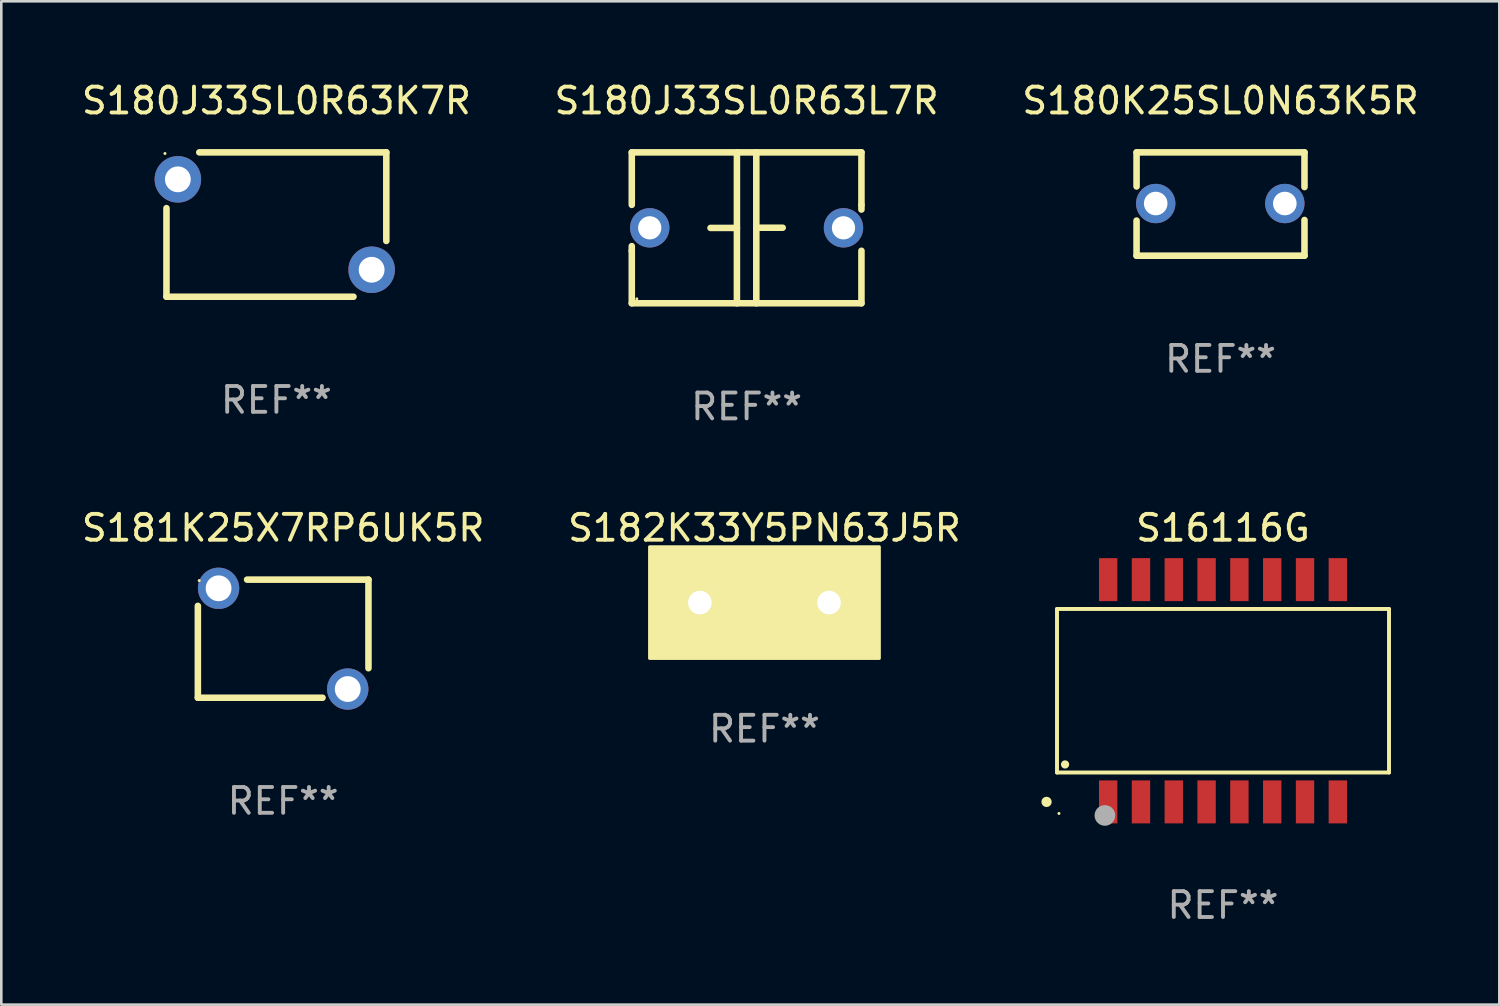
<source format=kicad_pcb>
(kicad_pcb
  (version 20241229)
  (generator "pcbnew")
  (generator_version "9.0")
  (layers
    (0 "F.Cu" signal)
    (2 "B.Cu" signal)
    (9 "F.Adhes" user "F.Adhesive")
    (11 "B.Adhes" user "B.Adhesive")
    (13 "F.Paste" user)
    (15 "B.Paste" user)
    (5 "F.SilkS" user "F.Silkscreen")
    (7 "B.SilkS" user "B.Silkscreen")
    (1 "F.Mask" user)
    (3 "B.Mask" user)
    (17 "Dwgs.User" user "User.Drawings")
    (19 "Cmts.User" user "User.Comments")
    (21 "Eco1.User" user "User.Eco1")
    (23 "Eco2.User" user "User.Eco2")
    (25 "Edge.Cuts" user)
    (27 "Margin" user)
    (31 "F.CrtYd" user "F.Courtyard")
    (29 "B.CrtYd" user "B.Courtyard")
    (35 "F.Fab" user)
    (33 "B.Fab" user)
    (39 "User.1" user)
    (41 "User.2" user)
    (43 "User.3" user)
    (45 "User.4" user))
  (footprint "S180J33SL0R63K7R"
    (layer "F.Cu")
    (at 7.649 5.642)
    (property "Reference" "S180J33SL0R63K7R" (at 0 -4.794 0) (layer "F.SilkS") (effects (font (size 1 1) (thickness 0.15))))
    (attr through_hole)
    (fp_line (start -4.255 2.794) (end -4.255 -0.635) (stroke (width 0.254) (type solid)) (layer "F.SilkS"))
    (fp_line (start -4.255 2.794) (end 2.985 2.794) (stroke (width 0.254) (type solid)) (layer "F.SilkS"))
    (fp_line (start -2.985 -2.794) (end 4.255 -2.794) (stroke (width 0.254) (type solid)) (layer "F.SilkS"))
    (fp_line (start 4.255 -2.794) (end 4.255 0.635) (stroke (width 0.254) (type solid)) (layer "F.SilkS"))
    (fp_circle (center -4.313 -2.75) (end -4.283 -2.75) (stroke (width 0.06) (type solid)) (fill no) (layer "F.SilkS"))
    (fp_text user "REF**" (at 0 6.794 0) (layer "F.Fab") (effects (font (size 1 1) (thickness 0.15))))
    (pad "1" thru_hole circle (at -3.814 -1.75) (size 1.8 1.8) (drill 1) (layers "*.Cu" "*.Mask"))
    (pad "2" thru_hole circle (at 3.687 1.75) (size 1.8 1.8) (drill 1) (layers "*.Cu" "*.Mask")))
  (footprint "S181K25X7RP6UK5R"
    (layer "F.Cu")
    (at 7.911 21.673)
    (property "Reference" "S181K25X7RP6UK5R" (at 0 -4.286 0) (layer "F.SilkS") (effects (font (size 1 1) (thickness 0.15))))
    (attr through_hole)
    (fp_line (start -3.302 2.286) (end -3.302 -1.27) (stroke (width 0.254) (type solid)) (layer "F.SilkS"))
    (fp_line (start -3.302 2.286) (end 1.524 2.286) (stroke (width 0.254) (type solid)) (layer "F.SilkS"))
    (fp_line (start -1.397 -2.286) (end 3.302 -2.286) (stroke (width 0.254) (type solid)) (layer "F.SilkS"))
    (fp_line (start 3.302 -2.286) (end 3.302 1.143) (stroke (width 0.254) (type solid)) (layer "F.SilkS"))
    (fp_circle (center -3.25 -2.25) (end -3.22 -2.25) (stroke (width 0.06) (type solid)) (fill no) (layer "F.SilkS"))
    (fp_text user "REF**" (at 0 6.286 0) (layer "F.Fab") (effects (font (size 1 1) (thickness 0.15))))
    (pad "1" thru_hole circle (at -2.5 -1.95) (size 1.6 1.6) (drill 1) (layers "*.Cu" "*.Mask"))
    (pad "2" thru_hole circle (at 2.5 1.95) (size 1.6 1.6) (drill 1) (layers "*.Cu" "*.Mask")))
  (footprint "S182K33Y5PN63J5R"
    (layer "F.Cu")
    (at 26.542 20.276)
    (property "Reference" "S182K33Y5PN63J5R" (at 0 -2.889 0) (layer "F.SilkS") (effects (font (size 1 1) (thickness 0.15))))
    (attr through_hole)
    (fp_line (start -0.508 0) (end -1.27 0) (stroke (width 0.254) (type solid)) (layer "F.SilkS"))
    (fp_line (start -0.508 0.889) (end -0.508 -0.889) (stroke (width 0.254) (type solid)) (layer "F.SilkS"))
    (fp_line (start 0.508 -0.889) (end 0.508 0.889) (stroke (width 0.254) (type solid)) (layer "F.SilkS"))
    (fp_line (start 0.508 0) (end 1.27 0) (stroke (width 0.254) (type solid)) (layer "F.SilkS"))
    (fp_circle (center -4.25 2) (end -4.22 2) (stroke (width 0.06) (type solid)) (fill no) (layer "F.SilkS"))
    (fp_poly (pts (xy -4.445 -2.159) (xy 4.445 -2.159) (xy 4.445 2.159) (xy -4.445 2.159)) (stroke (width 0.12) (type solid)) (fill yes) (layer "F.SilkS"))
    (fp_text user "REF**" (at 0 4.889 0) (layer "F.Fab") (effects (font (size 1 1) (thickness 0.15))))
    (pad "1" thru_hole circle (at -2.5 0) (size 1.524 1.524) (drill 0.914) (layers "*.Cu" "*.Mask"))
    (pad "2" thru_hole circle (at 2.5 0) (size 1.524 1.524) (drill 0.914) (layers "*.Cu" "*.Mask")))
  (footprint "S16116G"
    (layer "F.Cu")
    (at 44.292 23.689)
    (property "Reference" "S16116G" (at 0 -6.302 0) (layer "F.SilkS") (effects (font (size 1 1) (thickness 0.15))))
    (attr through_hole)
    (fp_line (start -6.426 -3.165) (end 6.426 -3.165) (stroke (width 0.152) (type solid)) (layer "F.SilkS"))
    (fp_line (start -6.426 3.165) (end -6.426 -3.165) (stroke (width 0.152) (type solid)) (layer "F.SilkS"))
    (fp_line (start 6.426 -3.165) (end 6.426 3.165) (stroke (width 0.152) (type solid)) (layer "F.SilkS"))
    (fp_line (start 6.426 3.165) (end -6.426 3.165) (stroke (width 0.152) (type solid)) (layer "F.SilkS"))
    (fp_circle (center -6.83 4.302) (end -6.73 4.302) (stroke (width 0.2) (type solid)) (fill no) (layer "F.SilkS"))
    (fp_circle (center -6.35 4.75) (end -6.32 4.75) (stroke (width 0.06) (type solid)) (fill no) (layer "F.SilkS"))
    (fp_circle (center -6.114 2.853) (end -6.034 2.853) (stroke (width 0.16) (type solid)) (fill no) (layer "F.SilkS"))
    (fp_circle (center -4.572 4.826) (end -4.372 4.826) (stroke (width 0.4) (type solid)) (fill no) (layer "F.Fab"))
    (fp_text user "REF**" (at 0 8.302 0) (layer "F.Fab") (effects (font (size 1 1) (thickness 0.15))))
    (pad "1" smd rect (at -4.445 4.302) (size 0.711 1.664) (layers "F.Cu" "F.Mask" "F.Paste"))
    (pad "2" smd rect (at -3.175 4.302) (size 0.711 1.664) (layers "F.Cu" "F.Mask" "F.Paste"))
    (pad "3" smd rect (at -1.905 4.302) (size 0.711 1.664) (layers "F.Cu" "F.Mask" "F.Paste"))
    (pad "4" smd rect (at -0.635 4.302) (size 0.711 1.664) (layers "F.Cu" "F.Mask" "F.Paste"))
    (pad "5" smd rect (at 0.635 4.302) (size 0.711 1.664) (layers "F.Cu" "F.Mask" "F.Paste"))
    (pad "6" smd rect (at 1.905 4.302) (size 0.711 1.664) (layers "F.Cu" "F.Mask" "F.Paste"))
    (pad "7" smd rect (at 3.175 4.302) (size 0.711 1.664) (layers "F.Cu" "F.Mask" "F.Paste"))
    (pad "8" smd rect (at 4.445 4.302) (size 0.711 1.664) (layers "F.Cu" "F.Mask" "F.Paste"))
    (pad "9" smd rect (at 4.445 -4.302) (size 0.711 1.664) (layers "F.Cu" "F.Mask" "F.Paste"))
    (pad "10" smd rect (at 3.175 -4.302) (size 0.711 1.664) (layers "F.Cu" "F.Mask" "F.Paste"))
    (pad "11" smd rect (at 1.905 -4.302) (size 0.711 1.664) (layers "F.Cu" "F.Mask" "F.Paste"))
    (pad "12" smd rect (at 0.635 -4.302) (size 0.711 1.664) (layers "F.Cu" "F.Mask" "F.Paste"))
    (pad "13" smd rect (at -0.635 -4.302) (size 0.711 1.664) (layers "F.Cu" "F.Mask" "F.Paste"))
    (pad "14" smd rect (at -1.905 -4.302) (size 0.711 1.664) (layers "F.Cu" "F.Mask" "F.Paste"))
    (pad "15" smd rect (at -3.175 -4.302) (size 0.711 1.664) (layers "F.Cu" "F.Mask" "F.Paste"))
    (pad "16" smd rect (at -4.445 -4.302) (size 0.711 1.664) (layers "F.Cu" "F.Mask" "F.Paste")))
  (footprint "S180K25SL0N63K5R"
    (layer "F.Cu")
    (at 44.196 4.848)
    (property "Reference" "S180K25SL0N63K5R" (at 0 -4 0) (layer "F.SilkS") (effects (font (size 1 1) (thickness 0.15))))
    (attr through_hole)
    (fp_line (start -3.25 -2) (end -3.25 -0.68) (stroke (width 0.254) (type solid)) (layer "F.SilkS"))
    (fp_line (start -3.25 -2) (end 3.25 -2) (stroke (width 0.254) (type solid)) (layer "F.SilkS"))
    (fp_line (start -3.25 0.64) (end -3.25 2) (stroke (width 0.254) (type solid)) (layer "F.SilkS"))
    (fp_line (start 3.25 -2) (end 3.25 -0.657) (stroke (width 0.254) (type solid)) (layer "F.SilkS"))
    (fp_line (start 3.25 0.617) (end 3.25 2) (stroke (width 0.254) (type solid)) (layer "F.SilkS"))
    (fp_line (start 3.25 2) (end -3.25 2) (stroke (width 0.254) (type solid)) (layer "F.SilkS"))
    (fp_circle (center -3.26 1.98) (end -3.23 1.98) (stroke (width 0.06) (type solid)) (fill no) (layer "F.SilkS"))
    (fp_text user "REF**" (at 0 6 0) (layer "F.Fab") (effects (font (size 1 1) (thickness 0.15))))
    (pad "1" thru_hole circle (at -2.509 -0.02) (size 1.524 1.524) (drill 0.914) (layers "*.Cu" "*.Mask"))
    (pad "2" thru_hole circle (at 2.489 -0.02) (size 1.524 1.524) (drill 0.914) (layers "*.Cu" "*.Mask")))
  (footprint "S180J33SL0R63L7R"
    (layer "F.Cu")
    (at 25.851 5.769)
    (property "Reference" "S180J33SL0R63L7R" (at 0 -4.921 0) (layer "F.SilkS") (effects (font (size 1 1) (thickness 0.15))))
    (attr through_hole)
    (fp_line (start -4.445 -2.921) (end 4.445 -2.921) (stroke (width 0.254) (type solid)) (layer "F.SilkS"))
    (fp_line (start -4.445 -0.889) (end -4.445 -2.921) (stroke (width 0.254) (type solid)) (layer "F.SilkS"))
    (fp_line (start -4.445 0.889) (end -4.445 0.708) (stroke (width 0.254) (type solid)) (layer "F.SilkS"))
    (fp_line (start -4.445 2.921) (end -4.445 0.889) (stroke (width 0.254) (type solid)) (layer "F.SilkS"))
    (fp_line (start -0.375 0.004) (end -1.397 0.004) (stroke (width 0.254) (type solid)) (layer "F.SilkS"))
    (fp_line (start -0.375 2.921) (end -0.375 -2.921) (stroke (width 0.254) (type solid)) (layer "F.SilkS"))
    (fp_line (start 0.375 -2.921) (end 0.375 2.921) (stroke (width 0.254) (type solid)) (layer "F.SilkS"))
    (fp_line (start 0.375 -0.004) (end 1.397 -0.004) (stroke (width 0.254) (type solid)) (layer "F.SilkS"))
    (fp_line (start 4.445 -2.921) (end 4.445 -0.889) (stroke (width 0.254) (type solid)) (layer "F.SilkS"))
    (fp_line (start 4.445 -0.889) (end 4.445 -0.708) (stroke (width 0.254) (type solid)) (layer "F.SilkS"))
    (fp_line (start 4.445 0.889) (end 4.445 2.921) (stroke (width 0.254) (type solid)) (layer "F.SilkS"))
    (fp_line (start 4.445 2.921) (end -4.445 2.921) (stroke (width 0.254) (type solid)) (layer "F.SilkS"))
    (fp_circle (center -4.25 2.75) (end -4.22 2.75) (stroke (width 0.06) (type solid)) (fill no) (layer "F.SilkS"))
    (fp_text user "REF**" (at 0 6.921 0) (layer "F.Fab") (effects (font (size 1 1) (thickness 0.15))))
    (pad "1" thru_hole circle (at -3.75 0) (size 1.524 1.524) (drill 0.9) (layers "*.Cu" "*.Mask"))
    (pad "2" thru_hole circle (at 3.75 0) (size 1.524 1.524) (drill 0.9) (layers "*.Cu" "*.Mask")))
  (gr_rect
    (start -3 -3)
    (end 54.988 35.839)
    (stroke (width 0.1) (type default))
    (fill no)
    (layer "Edge.Cuts")))
</source>
